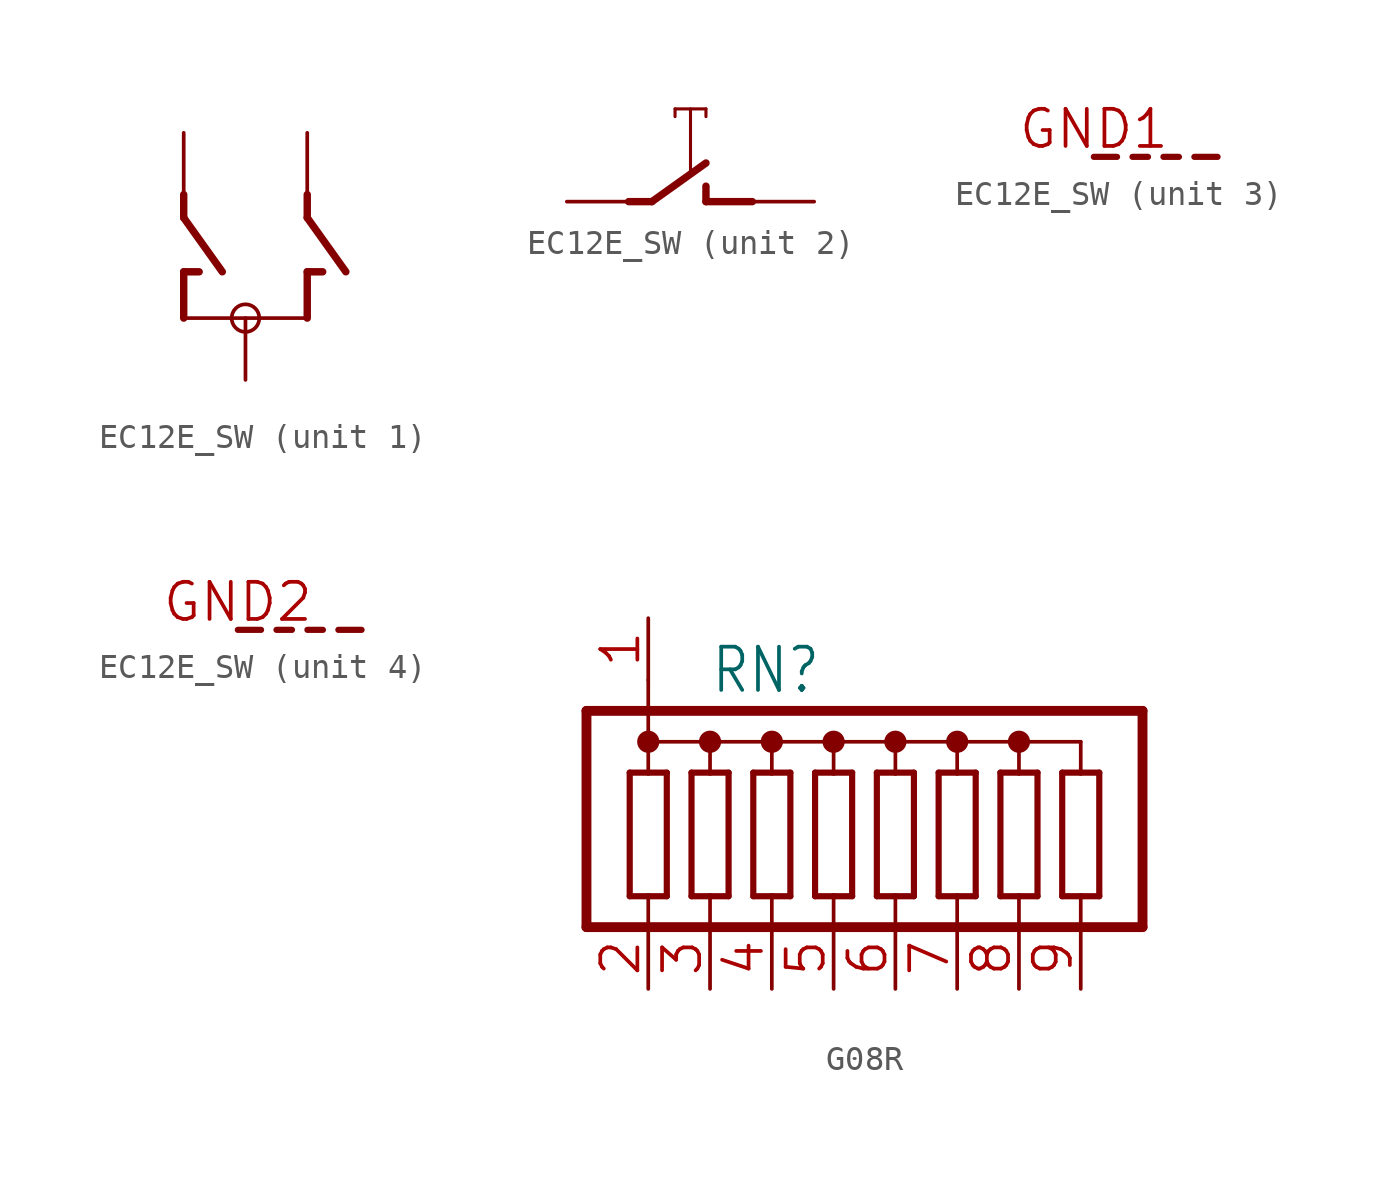
<source format=kicad_sym>
(kicad_symbol_lib
  (version 20241209)
  (generator "kicad_symbol_editor")
  (generator_version "9.0")
  (symbol "EC12E_SW"
    (property "Reference" "SW"
      (at -5.08 5.08 0)
      (effects (font (size 1.27 1.079)) (justify left bottom) (hide yes)))
    (property "ki_locked" ""
      (at 0 0 0)
      (effects (font (size 1.27 1.27))))
    (symbol "EC12E_SW_1_0"
      (polyline (pts (xy -2.54 5.08) (xy -2.54 4.128)) (stroke (width 0.305) (type solid)) (fill (type none)))
      (polyline (pts (xy -2.54 4.128) (xy -0.953 1.905)) (stroke (width 0.305) (type solid)) (fill (type none)))
      (polyline (pts (xy -2.54 1.905) (xy -2.54 0)) (stroke (width 0.305) (type solid)) (fill (type none)))
      (polyline (pts (xy -2.54 0) (xy 2.54 0)) (stroke (width 0.152) (type solid)) (fill (type none)))
      (polyline (pts (xy -1.905 1.905) (xy -2.54 1.905)) (stroke (width 0.305) (type solid)) (fill (type none)))
      (circle (center 0 0) (radius 0.568) (stroke (width 0) (type solid)) (fill (type none)))
      (polyline (pts (xy 2.54 5.08) (xy 2.54 4.128)) (stroke (width 0.305) (type solid)) (fill (type none)))
      (polyline (pts (xy 2.54 4.128) (xy 4.128 1.905)) (stroke (width 0.305) (type solid)) (fill (type none)))
      (polyline (pts (xy 2.54 1.905) (xy 2.54 0)) (stroke (width 0.305) (type solid)) (fill (type none)))
      (polyline (pts (xy 3.175 1.905) (xy 2.54 1.905)) (stroke (width 0.305) (type solid)) (fill (type none)))
      (pin passive line (at -2.54 7.62 270) (length 2.54) (name "A" (effects (font (size 0 0)))) (number "A" (effects (font (size 0 0)))))
      (pin passive line (at 0 -2.54 90) (length 2.54) (name "C" (effects (font (size 0 0)))) (number "C" (effects (font (size 0 0)))))
      (pin passive line (at 2.54 7.62 270) (length 2.54) (name "B" (effects (font (size 0 0)))) (number "B" (effects (font (size 0 0))))))
    (symbol "EC12E_SW_2_0"
      (polyline (pts (xy -2.54 0) (xy -1.587 0)) (stroke (width 0.305) (type solid)) (fill (type none)))
      (polyline (pts (xy -1.587 0) (xy 0.635 1.587)) (stroke (width 0.305) (type solid)) (fill (type none)))
      (polyline (pts (xy -0.635 3.81) (xy -0.635 3.493)) (stroke (width 0.127) (type solid)) (fill (type none)))
      (polyline (pts (xy -0.635 3.81) (xy 0.635 3.81)) (stroke (width 0.127) (type solid)) (fill (type none)))
      (polyline (pts (xy 0 1.27) (xy 0 3.81)) (stroke (width 0.127) (type solid)) (fill (type none)))
      (polyline (pts (xy 0.635 3.81) (xy 0.635 3.493)) (stroke (width 0.127) (type solid)) (fill (type none)))
      (polyline (pts (xy 0.635 0.635) (xy 0.635 0)) (stroke (width 0.305) (type solid)) (fill (type none)))
      (polyline (pts (xy 0.635 0) (xy 2.54 0)) (stroke (width 0.305) (type solid)) (fill (type none)))
      (pin passive line (at -5.08 0 0) (length 2.54) (name "2" (effects (font (size 0 0)))) (number "E" (effects (font (size 0 0)))))
      (pin passive line (at 5.08 0 180) (length 2.54) (name "1" (effects (font (size 0 0)))) (number "D" (effects (font (size 0 0))))))
    (symbol "EC12E_SW_3_0"
      (polyline (pts (xy 0 0) (xy 0.953 0)) (stroke (width 0.254) (type solid)) (fill (type none)))
      (polyline (pts (xy 1.587 0) (xy 2.223 0)) (stroke (width 0.254) (type solid)) (fill (type none)))
      (polyline (pts (xy 2.857 0) (xy 3.493 0)) (stroke (width 0.254) (type solid)) (fill (type none)))
      (polyline (pts (xy 4.128 0) (xy 5.08 0)) (stroke (width 0.254) (type solid)) (fill (type none)))
      (pin passive line (at 0 0 0) (length 0) (name "G" (effects (font (size 0 0)))) (number "GND1" (effects (font (size 1.524 1.524))))))
    (symbol "EC12E_SW_4_0"
      (polyline (pts (xy 0 0) (xy 0.953 0)) (stroke (width 0.254) (type solid)) (fill (type none)))
      (polyline (pts (xy 1.587 0) (xy 2.223 0)) (stroke (width 0.254) (type solid)) (fill (type none)))
      (polyline (pts (xy 2.857 0) (xy 3.493 0)) (stroke (width 0.254) (type solid)) (fill (type none)))
      (polyline (pts (xy 4.128 0) (xy 5.08 0)) (stroke (width 0.254) (type solid)) (fill (type none)))
      (pin passive line (at 0 0 0) (length 0) (name "G" (effects (font (size 0 0)))) (number "GND2" (effects (font (size 1.524 1.524)))))))
  (symbol "G08R"
    (property "Reference" "RN"
      (at -7.62 6.985 0)
      (effects (font (size 1.778 1.511)) (justify left bottom)))
    (property "Value" ""
      (at 2.54 6.985 0)
      (effects (font (size 1.778 1.511)) (justify left bottom)))
    (property "ki_locked" ""
      (at 0 0 0)
      (effects (font (size 1.27 1.27))))
    (symbol "G08R_1_0"
      (polyline (pts (xy -12.7 6.35) (xy -12.7 -2.54)) (stroke (width 0.406) (type solid)) (fill (type none)))
      (polyline (pts (xy -12.7 6.35) (xy 10.16 6.35)) (stroke (width 0.406) (type solid)) (fill (type none)))
      (polyline (pts (xy -12.7 -2.54) (xy 10.16 -2.54)) (stroke (width 0.406) (type solid)) (fill (type none)))
      (polyline (pts (xy -10.922 3.81) (xy -10.922 -1.27)) (stroke (width 0.254) (type solid)) (fill (type none)))
      (polyline (pts (xy -10.922 -1.27) (xy -10.16 -1.27)) (stroke (width 0.254) (type solid)) (fill (type none)))
      (circle (center -10.16 5.08) (radius 0.254) (stroke (width 0.406) (type solid)) (fill (type none)))
      (polyline (pts (xy -10.16 5.08) (xy -10.16 7.62)) (stroke (width 0.152) (type solid)) (fill (type none)))
      (polyline (pts (xy -10.16 5.08) (xy -10.16 3.81)) (stroke (width 0.152) (type solid)) (fill (type none)))
      (polyline (pts (xy -10.16 5.08) (xy -7.62 5.08)) (stroke (width 0.152) (type solid)) (fill (type none)))
      (polyline (pts (xy -10.16 3.81) (xy -10.922 3.81)) (stroke (width 0.254) (type solid)) (fill (type none)))
      (polyline (pts (xy -10.16 -1.27) (xy -10.16 -2.54)) (stroke (width 0.152) (type solid)) (fill (type none)))
      (polyline (pts (xy -10.16 -1.27) (xy -9.398 -1.27)) (stroke (width 0.254) (type solid)) (fill (type none)))
      (polyline (pts (xy -9.398 3.81) (xy -10.16 3.81)) (stroke (width 0.254) (type solid)) (fill (type none)))
      (polyline (pts (xy -9.398 -1.27) (xy -9.398 3.81)) (stroke (width 0.254) (type solid)) (fill (type none)))
      (polyline (pts (xy -8.382 3.81) (xy -8.382 -1.27)) (stroke (width 0.254) (type solid)) (fill (type none)))
      (polyline (pts (xy -8.382 -1.27) (xy -7.62 -1.27)) (stroke (width 0.254) (type solid)) (fill (type none)))
      (circle (center -7.62 5.08) (radius 0.254) (stroke (width 0.406) (type solid)) (fill (type none)))
      (polyline (pts (xy -7.62 5.08) (xy -7.62 3.81)) (stroke (width 0.152) (type solid)) (fill (type none)))
      (polyline (pts (xy -7.62 5.08) (xy -5.08 5.08)) (stroke (width 0.152) (type solid)) (fill (type none)))
      (polyline (pts (xy -7.62 3.81) (xy -8.382 3.81)) (stroke (width 0.254) (type solid)) (fill (type none)))
      (polyline (pts (xy -7.62 -1.27) (xy -6.858 -1.27)) (stroke (width 0.254) (type solid)) (fill (type none)))
      (polyline (pts (xy -7.62 -2.54) (xy -7.62 -1.27)) (stroke (width 0.152) (type solid)) (fill (type none)))
      (polyline (pts (xy -6.858 3.81) (xy -7.62 3.81)) (stroke (width 0.254) (type solid)) (fill (type none)))
      (polyline (pts (xy -6.858 -1.27) (xy -6.858 3.81)) (stroke (width 0.254) (type solid)) (fill (type none)))
      (polyline (pts (xy -5.842 3.81) (xy -5.842 -1.27)) (stroke (width 0.254) (type solid)) (fill (type none)))
      (polyline (pts (xy -5.842 -1.27) (xy -5.08 -1.27)) (stroke (width 0.254) (type solid)) (fill (type none)))
      (circle (center -5.08 5.08) (radius 0.254) (stroke (width 0.406) (type solid)) (fill (type none)))
      (polyline (pts (xy -5.08 5.08) (xy -5.08 3.81)) (stroke (width 0.152) (type solid)) (fill (type none)))
      (polyline (pts (xy -5.08 5.08) (xy -2.54 5.08)) (stroke (width 0.152) (type solid)) (fill (type none)))
      (polyline (pts (xy -5.08 3.81) (xy -5.842 3.81)) (stroke (width 0.254) (type solid)) (fill (type none)))
      (polyline (pts (xy -5.08 -1.27) (xy -4.318 -1.27)) (stroke (width 0.254) (type solid)) (fill (type none)))
      (polyline (pts (xy -5.08 -2.54) (xy -5.08 -1.27)) (stroke (width 0.152) (type solid)) (fill (type none)))
      (polyline (pts (xy -4.318 3.81) (xy -5.08 3.81)) (stroke (width 0.254) (type solid)) (fill (type none)))
      (polyline (pts (xy -4.318 -1.27) (xy -4.318 3.81)) (stroke (width 0.254) (type solid)) (fill (type none)))
      (polyline (pts (xy -3.302 3.81) (xy -3.302 -1.27)) (stroke (width 0.254) (type solid)) (fill (type none)))
      (polyline (pts (xy -3.302 -1.27) (xy -2.54 -1.27)) (stroke (width 0.254) (type solid)) (fill (type none)))
      (circle (center -2.54 5.08) (radius 0.254) (stroke (width 0.406) (type solid)) (fill (type none)))
      (polyline (pts (xy -2.54 5.08) (xy -2.54 3.81)) (stroke (width 0.152) (type solid)) (fill (type none)))
      (polyline (pts (xy -2.54 5.08) (xy 0 5.08)) (stroke (width 0.152) (type solid)) (fill (type none)))
      (polyline (pts (xy -2.54 3.81) (xy -3.302 3.81)) (stroke (width 0.254) (type solid)) (fill (type none)))
      (polyline (pts (xy -2.54 -1.27) (xy -1.778 -1.27)) (stroke (width 0.254) (type solid)) (fill (type none)))
      (polyline (pts (xy -2.54 -2.54) (xy -2.54 -1.27)) (stroke (width 0.152) (type solid)) (fill (type none)))
      (polyline (pts (xy -1.778 3.81) (xy -2.54 3.81)) (stroke (width 0.254) (type solid)) (fill (type none)))
      (polyline (pts (xy -1.778 -1.27) (xy -1.778 3.81)) (stroke (width 0.254) (type solid)) (fill (type none)))
      (polyline (pts (xy -0.762 3.81) (xy -0.762 -1.27)) (stroke (width 0.254) (type solid)) (fill (type none)))
      (polyline (pts (xy -0.762 -1.27) (xy 0 -1.27)) (stroke (width 0.254) (type solid)) (fill (type none)))
      (circle (center 0 5.08) (radius 0.254) (stroke (width 0.406) (type solid)) (fill (type none)))
      (polyline (pts (xy 0 5.08) (xy 0 3.81)) (stroke (width 0.152) (type solid)) (fill (type none)))
      (polyline (pts (xy 0 5.08) (xy 2.54 5.08)) (stroke (width 0.152) (type solid)) (fill (type none)))
      (polyline (pts (xy 0 3.81) (xy -0.762 3.81)) (stroke (width 0.254) (type solid)) (fill (type none)))
      (polyline (pts (xy 0 -1.27) (xy 0.762 -1.27)) (stroke (width 0.254) (type solid)) (fill (type none)))
      (polyline (pts (xy 0 -2.54) (xy 0 -1.27)) (stroke (width 0.152) (type solid)) (fill (type none)))
      (polyline (pts (xy 0.762 3.81) (xy 0 3.81)) (stroke (width 0.254) (type solid)) (fill (type none)))
      (polyline (pts (xy 0.762 -1.27) (xy 0.762 3.81)) (stroke (width 0.254) (type solid)) (fill (type none)))
      (polyline (pts (xy 1.778 3.81) (xy 1.778 -1.27)) (stroke (width 0.254) (type solid)) (fill (type none)))
      (polyline (pts (xy 1.778 -1.27) (xy 2.54 -1.27)) (stroke (width 0.254) (type solid)) (fill (type none)))
      (polyline (pts (xy 2.54 5.08) (xy 2.54 3.81)) (stroke (width 0.152) (type solid)) (fill (type none)))
      (polyline (pts (xy 2.54 5.08) (xy 5.08 5.08)) (stroke (width 0.152) (type solid)) (fill (type none)))
      (circle (center 2.54 5.08) (radius 0.254) (stroke (width 0.406) (type solid)) (fill (type none)))
      (polyline (pts (xy 2.54 3.81) (xy 1.778 3.81)) (stroke (width 0.254) (type solid)) (fill (type none)))
      (polyline (pts (xy 2.54 -1.27) (xy 2.54 -2.54)) (stroke (width 0.152) (type solid)) (fill (type none)))
      (polyline (pts (xy 2.54 -1.27) (xy 3.302 -1.27)) (stroke (width 0.254) (type solid)) (fill (type none)))
      (polyline (pts (xy 3.302 3.81) (xy 2.54 3.81)) (stroke (width 0.254) (type solid)) (fill (type none)))
      (polyline (pts (xy 3.302 -1.27) (xy 3.302 3.81)) (stroke (width 0.254) (type solid)) (fill (type none)))
      (polyline (pts (xy 4.318 3.81) (xy 4.318 -1.27)) (stroke (width 0.254) (type solid)) (fill (type none)))
      (polyline (pts (xy 4.318 -1.27) (xy 5.08 -1.27)) (stroke (width 0.254) (type solid)) (fill (type none)))
      (polyline (pts (xy 5.08 5.08) (xy 5.08 3.81)) (stroke (width 0.152) (type solid)) (fill (type none)))
      (polyline (pts (xy 5.08 5.08) (xy 7.62 5.08)) (stroke (width 0.152) (type solid)) (fill (type none)))
      (circle (center 5.08 5.08) (radius 0.254) (stroke (width 0.406) (type solid)) (fill (type none)))
      (polyline (pts (xy 5.08 3.81) (xy 4.318 3.81)) (stroke (width 0.254) (type solid)) (fill (type none)))
      (polyline (pts (xy 5.08 -1.27) (xy 5.842 -1.27)) (stroke (width 0.254) (type solid)) (fill (type none)))
      (polyline (pts (xy 5.08 -2.54) (xy 5.08 -1.27)) (stroke (width 0.152) (type solid)) (fill (type none)))
      (polyline (pts (xy 5.842 3.81) (xy 5.08 3.81)) (stroke (width 0.254) (type solid)) (fill (type none)))
      (polyline (pts (xy 5.842 -1.27) (xy 5.842 3.81)) (stroke (width 0.254) (type solid)) (fill (type none)))
      (polyline (pts (xy 6.858 3.81) (xy 6.858 -1.27)) (stroke (width 0.254) (type solid)) (fill (type none)))
      (polyline (pts (xy 6.858 -1.27) (xy 7.62 -1.27)) (stroke (width 0.254) (type solid)) (fill (type none)))
      (polyline (pts (xy 7.62 5.08) (xy 7.62 3.81)) (stroke (width 0.152) (type solid)) (fill (type none)))
      (polyline (pts (xy 7.62 3.81) (xy 6.858 3.81)) (stroke (width 0.254) (type solid)) (fill (type none)))
      (polyline (pts (xy 7.62 -1.27) (xy 8.382 -1.27)) (stroke (width 0.254) (type solid)) (fill (type none)))
      (polyline (pts (xy 7.62 -2.54) (xy 7.62 -1.27)) (stroke (width 0.152) (type solid)) (fill (type none)))
      (polyline (pts (xy 8.382 3.81) (xy 7.62 3.81)) (stroke (width 0.254) (type solid)) (fill (type none)))
      (polyline (pts (xy 8.382 -1.27) (xy 8.382 3.81)) (stroke (width 0.254) (type solid)) (fill (type none)))
      (polyline (pts (xy 10.16 6.35) (xy 10.16 -2.54)) (stroke (width 0.406) (type solid)) (fill (type none)))
      (pin passive line (at -10.16 10.16 270) (length 2.54) (name "1" (effects (font (size 0 0)))) (number "1" (effects (font (size 1.524 1.524)))))
      (pin passive line (at -10.16 -5.08 90) (length 2.54) (name "2" (effects (font (size 0 0)))) (number "2" (effects (font (size 1.524 1.524)))))
      (pin passive line (at -7.62 -5.08 90) (length 2.54) (name "3" (effects (font (size 0 0)))) (number "3" (effects (font (size 1.524 1.524)))))
      (pin passive line (at -5.08 -5.08 90) (length 2.54) (name "4" (effects (font (size 0 0)))) (number "4" (effects (font (size 1.524 1.524)))))
      (pin passive line (at -2.54 -5.08 90) (length 2.54) (name "5" (effects (font (size 0 0)))) (number "5" (effects (font (size 1.524 1.524)))))
      (pin passive line (at 0 -5.08 90) (length 2.54) (name "6" (effects (font (size 0 0)))) (number "6" (effects (font (size 1.524 1.524)))))
      (pin passive line (at 2.54 -5.08 90) (length 2.54) (name "7" (effects (font (size 0 0)))) (number "7" (effects (font (size 1.524 1.524)))))
      (pin passive line (at 5.08 -5.08 90) (length 2.54) (name "8" (effects (font (size 0 0)))) (number "8" (effects (font (size 1.524 1.524)))))
      (pin passive line (at 7.62 -5.08 90) (length 2.54) (name "9" (effects (font (size 0 0)))) (number "9" (effects (font (size 1.524 1.524))))))))
</source>
